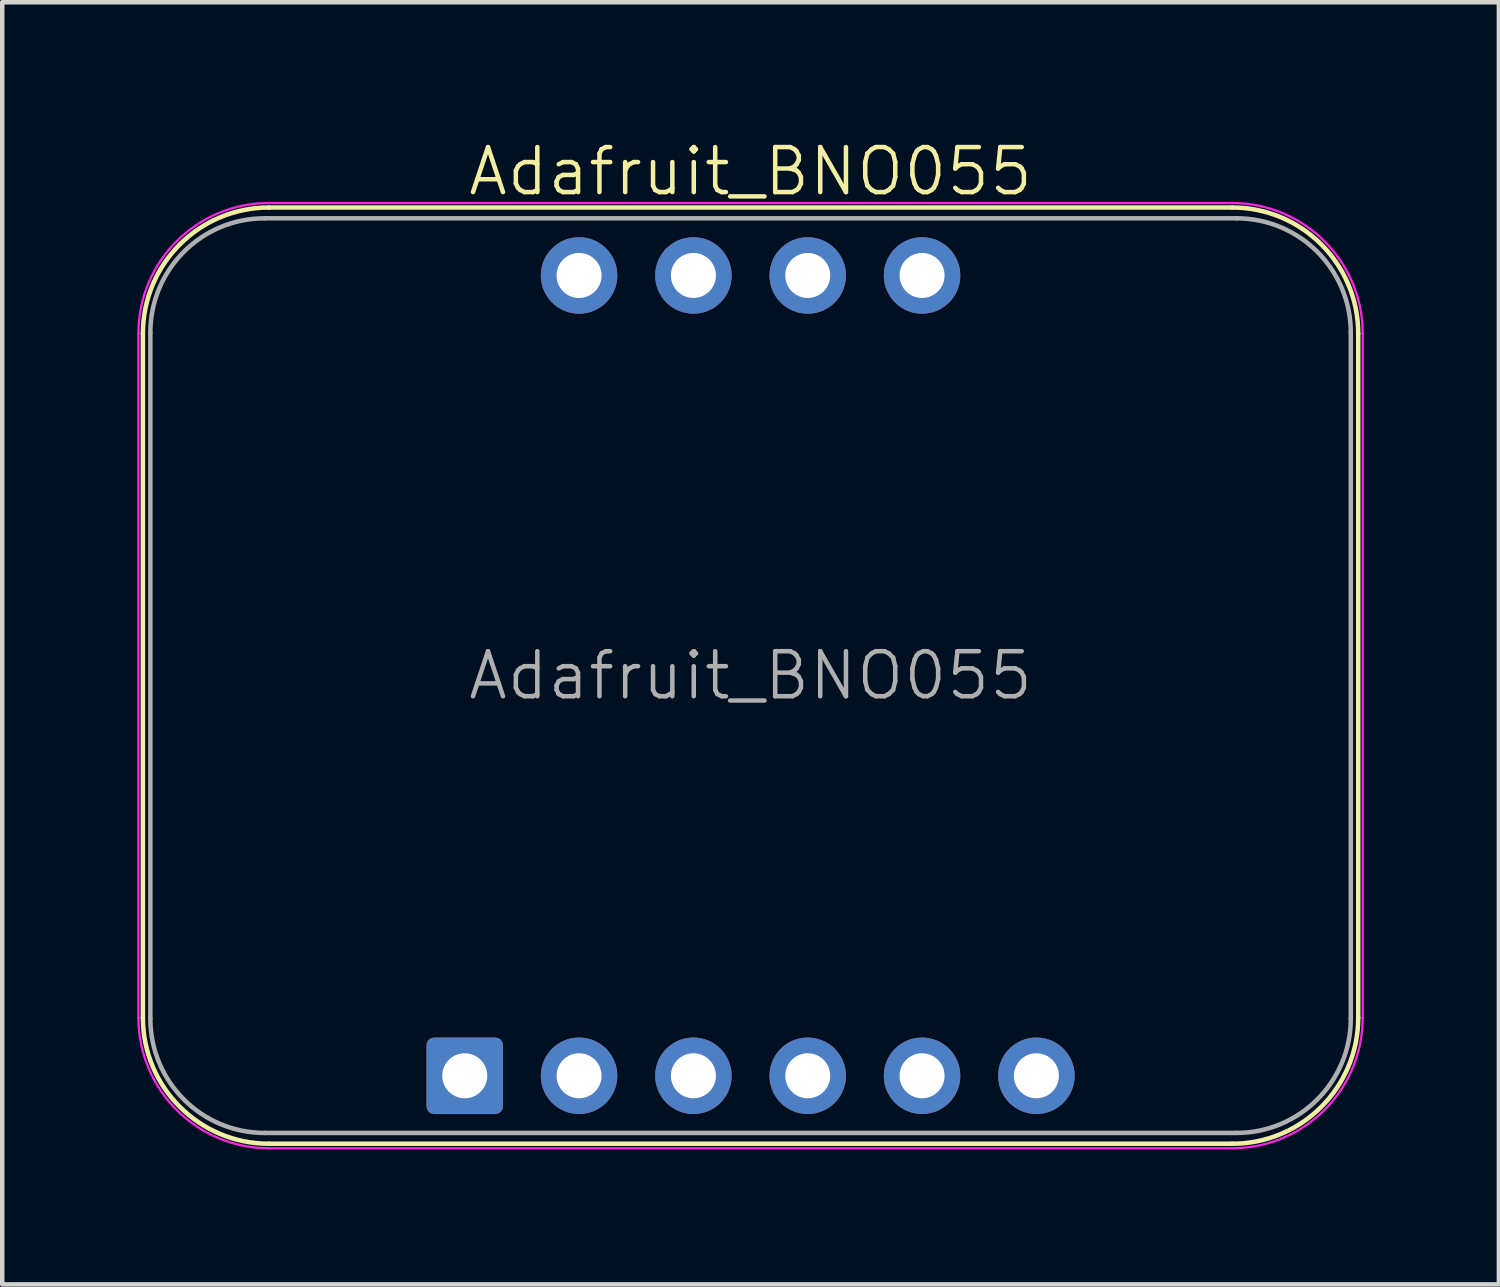
<source format=kicad_pcb>
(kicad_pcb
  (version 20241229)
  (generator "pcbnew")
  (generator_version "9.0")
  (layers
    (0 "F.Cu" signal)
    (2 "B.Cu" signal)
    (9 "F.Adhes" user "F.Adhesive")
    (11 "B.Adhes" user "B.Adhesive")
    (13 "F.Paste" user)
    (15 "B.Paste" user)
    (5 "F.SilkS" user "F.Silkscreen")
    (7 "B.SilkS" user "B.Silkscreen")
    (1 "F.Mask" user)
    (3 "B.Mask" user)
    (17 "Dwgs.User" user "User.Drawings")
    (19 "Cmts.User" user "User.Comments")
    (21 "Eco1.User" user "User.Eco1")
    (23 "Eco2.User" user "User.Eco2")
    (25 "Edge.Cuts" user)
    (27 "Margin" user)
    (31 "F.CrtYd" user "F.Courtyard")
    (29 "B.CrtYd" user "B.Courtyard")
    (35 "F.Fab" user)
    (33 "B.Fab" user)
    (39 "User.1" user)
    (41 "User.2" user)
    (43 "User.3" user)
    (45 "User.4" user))
  (footprint "Adafruit_BNO055"
    (layer "F.Cu")
    (at 13.625 11.96)
    (property "Reference" "Adafruit_BNO055" (at 0 -11.2 0) (unlocked yes) (layer "F.SilkS") (effects (font (size 1 1) (thickness 0.1))))
    (attr through_hole)
    (fp_line (start -13.5 7.6) (end -13.5 -7.6) (stroke (width 0.1) (type default)) (layer "F.SilkS"))
    (fp_line (start -10.7 -10.4) (end 10.7 -10.4) (stroke (width 0.1) (type default)) (layer "F.SilkS"))
    (fp_line (start 10.7 10.4) (end -10.7 10.4) (stroke (width 0.1) (type default)) (layer "F.SilkS"))
    (fp_line (start 13.5 -7.6) (end 13.5 7.6) (stroke (width 0.1) (type default)) (layer "F.SilkS"))
    (fp_arc (start -13.5 -7.6) (mid -12.679899 -9.579899) (end -10.7 -10.4) (stroke (width 0.1) (type default)) (layer "F.SilkS"))
    (fp_arc (start -10.7 10.4) (mid -12.679899 9.579899) (end -13.5 7.6) (stroke (width 0.1) (type default)) (layer "F.SilkS"))
    (fp_arc (start 10.7 -10.4) (mid 12.679899 -9.579899) (end 13.5 -7.6) (stroke (width 0.1) (type default)) (layer "F.SilkS"))
    (fp_arc (start 13.5 7.6) (mid 12.679899 9.579899) (end 10.7 10.4) (stroke (width 0.1) (type default)) (layer "F.SilkS"))
    (fp_line (start -13.6 -7.6) (end -13.6 7.6) (stroke (width 0.05) (type default)) (layer "F.CrtYd"))
    (fp_line (start -10.7 10.5) (end 10.7 10.5) (stroke (width 0.05) (type default)) (layer "F.CrtYd"))
    (fp_line (start 10.7 -10.5) (end -10.7 -10.5) (stroke (width 0.05) (type default)) (layer "F.CrtYd"))
    (fp_line (start 13.6 -7.6) (end 13.6 7.6) (stroke (width 0.05) (type default)) (layer "F.CrtYd"))
    (fp_arc (start -13.6 -7.6) (mid -12.75061 -9.65061) (end -10.7 -10.5) (stroke (width 0.05) (type default)) (layer "F.CrtYd"))
    (fp_arc (start -10.7 10.5) (mid -12.75061 9.65061) (end -13.6 7.6) (stroke (width 0.05) (type default)) (layer "F.CrtYd"))
    (fp_arc (start 10.7 -10.5) (mid 12.75061 -9.65061) (end 13.6 -7.6) (stroke (width 0.05) (type default)) (layer "F.CrtYd"))
    (fp_arc (start 13.6 7.6) (mid 12.75061 9.65061) (end 10.7 10.5) (stroke (width 0.05) (type default)) (layer "F.CrtYd"))
    (fp_line (start -13.335 -7.62) (end -13.335 7.62) (stroke (width 0.1) (type default)) (layer "F.Fab"))
    (fp_line (start -10.795 10.16) (end 10.795 10.16) (stroke (width 0.1) (type default)) (layer "F.Fab"))
    (fp_line (start 10.795 -10.16) (end -10.795 -10.16) (stroke (width 0.1) (type default)) (layer "F.Fab"))
    (fp_line (start 13.335 7.62) (end 13.335 -7.62) (stroke (width 0.1) (type default)) (layer "F.Fab"))
    (fp_arc (start -13.335 -7.62) (mid -12.591051 -9.416051) (end -10.795 -10.16) (stroke (width 0.1) (type default)) (layer "F.Fab"))
    (fp_arc (start -10.795 10.16) (mid -12.591051 9.416051) (end -13.335 7.62) (stroke (width 0.1) (type default)) (layer "F.Fab"))
    (fp_arc (start 10.795 -10.16) (mid 12.591051 -9.416051) (end 13.335 -7.62) (stroke (width 0.1) (type default)) (layer "F.Fab"))
    (fp_arc (start 13.335 7.62) (mid 12.591051 9.416051) (end 10.795 10.16) (stroke (width 0.1) (type default)) (layer "F.Fab"))
    (fp_text user "${REFERENCE}" (at 0 0 0) (unlocked yes) (layer "F.Fab") (effects (font (size 1 1) (thickness 0.1))))
    (pad "1" thru_hole roundrect (at -6.35 8.89) (size 1.7 1.7) (drill 1) (layers "*.Cu" "*.Mask") (roundrect_rratio 0.1))
    (pad "2" thru_hole circle (at -3.81 8.89) (size 1.7 1.7) (drill 1) (layers "*.Cu" "*.Mask"))
    (pad "3" thru_hole circle (at -1.27 8.89) (size 1.7 1.7) (drill 1) (layers "*.Cu" "*.Mask"))
    (pad "4" thru_hole circle (at 1.27 8.89) (size 1.7 1.7) (drill 1) (layers "*.Cu" "*.Mask"))
    (pad "5" thru_hole circle (at 3.81 8.89) (size 1.7 1.7) (drill 1) (layers "*.Cu" "*.Mask"))
    (pad "6" thru_hole circle (at 6.35 8.89) (size 1.7 1.7) (drill 1) (layers "*.Cu" "*.Mask"))
    (pad "7" thru_hole circle (at 3.81 -8.89) (size 1.7 1.7) (drill 1) (layers "*.Cu" "*.Mask"))
    (pad "8" thru_hole circle (at 1.27 -8.89) (size 1.7 1.7) (drill 1) (layers "*.Cu" "*.Mask"))
    (pad "9" thru_hole circle (at -1.27 -8.89) (size 1.7 1.7) (drill 1) (layers "*.Cu" "*.Mask"))
    (pad "10" thru_hole circle (at -3.81 -8.89) (size 1.7 1.7) (drill 1) (layers "*.Cu" "*.Mask")))
  (gr_rect
    (start -3 -3)
    (end 30.25 25.485)
    (stroke (width 0.1) (type default))
    (fill no)
    (layer "Edge.Cuts")))
</source>
